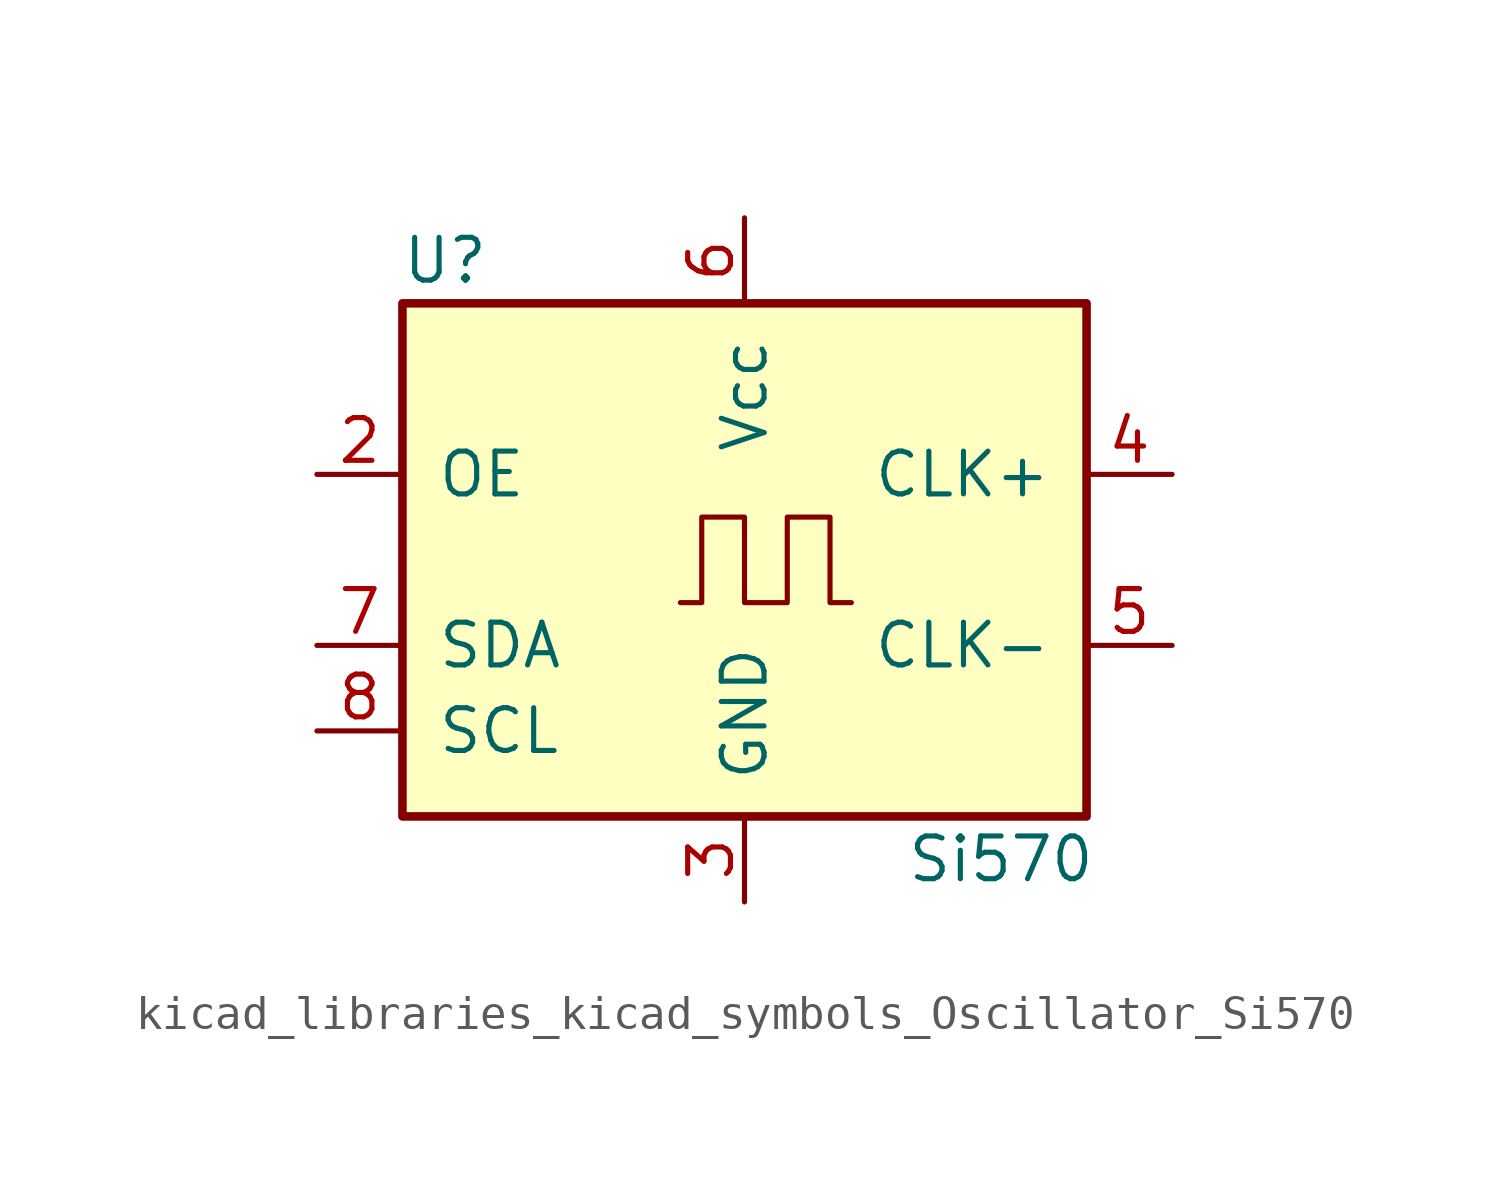
<source format=kicad_sym>
(kicad_symbol_lib
  (version 20220914)
  (generator kicad_symbol_editor)
  (symbol "kicad_libraries_kicad_symbols_Oscillator_Si570"
    (pin_names
      (offset 1.016))
    (property "Reference" "U"
      (at -8.89 8.89 0)
      (effects (font (size 1.27 1.27))))
    (property "Value" "Si570"
      (at 7.62 -8.89 0)
      (effects (font (size 1.27 1.27))))
    (symbol "kicad_libraries_kicad_symbols_Oscillator_Si570_0_1"
      (rectangle (start -10.16 7.62) (end 10.16 -7.62) (stroke (width 0.254) (type default)) (fill (type background)))
      (polyline (pts (xy -1.905 -1.27) (xy -1.27 -1.27) (xy -1.27 1.27) (xy 0 1.27) (xy 0 -1.27) (xy 1.27 -1.27) (xy 1.27 1.27) (xy 2.54 1.27) (xy 2.54 -1.27) (xy 3.175 -1.27)) (stroke (width 0) (type default)) (fill (type none))))
    (symbol "kicad_libraries_kicad_symbols_Oscillator_Si570_1_1"
      (pin no_connect line (at -10.16 5.08 0) (length 2.54) hide (name "NC" (effects (font (size 1.27 1.27)))) (number "1" (effects (font (size 1.27 1.27)))))
      (pin input line (at -12.7 2.54 0) (length 2.54) (name "OE" (effects (font (size 1.27 1.27)))) (number "2" (effects (font (size 1.27 1.27)))))
      (pin power_in line (at 0 -10.16 90) (length 2.54) (name "GND" (effects (font (size 1.27 1.27)))) (number "3" (effects (font (size 1.27 1.27)))))
      (pin output line (at 12.7 2.54 180) (length 2.54) (name "CLK+" (effects (font (size 1.27 1.27)))) (number "4" (effects (font (size 1.27 1.27)))))
      (pin output line (at 12.7 -2.54 180) (length 2.54) (name "CLK-" (effects (font (size 1.27 1.27)))) (number "5" (effects (font (size 1.27 1.27)))))
      (pin power_in line (at 0 10.16 270) (length 2.54) (name "Vcc" (effects (font (size 1.27 1.27)))) (number "6" (effects (font (size 1.27 1.27)))))
      (pin bidirectional line (at -12.7 -2.54 0) (length 2.54) (name "SDA" (effects (font (size 1.27 1.27)))) (number "7" (effects (font (size 1.27 1.27)))))
      (pin input line (at -12.7 -5.08 0) (length 2.54) (name "SCL" (effects (font (size 1.27 1.27)))) (number "8" (effects (font (size 1.27 1.27))))))))
</source>
